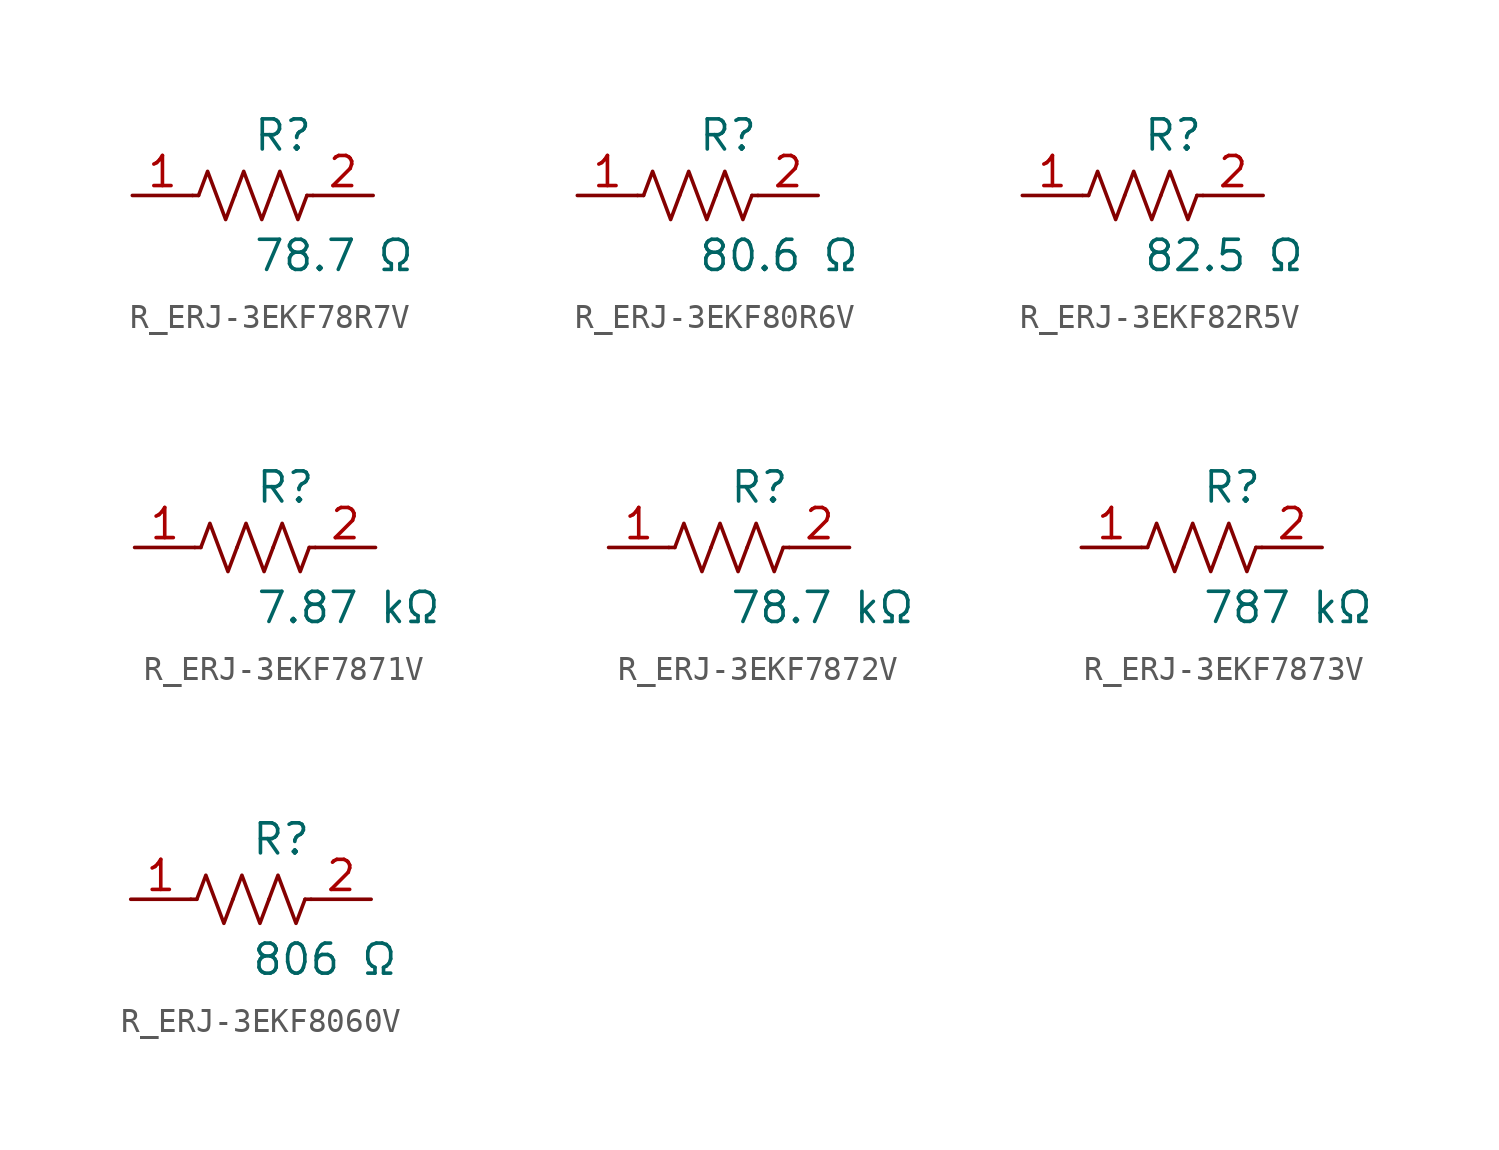
<source format=kicad_sym>
(kicad_symbol_lib
  (version 20231120)
  (generator "kicad_symbol_editor")
  (generator_version "8.0")
  (symbol "R_ERJ-3EKF78R7V"
    (pin_names
      (offset 0.254))
    (property "Reference" "R"
      (at 0 2.54 0)
      (effects (font (size 1.27 1.27)) (justify left)))
    (property "Value" "78.7 Ω"
      (at 0 -2.54 0)
      (effects (font (size 1.27 1.27)) (justify left)))
    (symbol "R_ERJ-3EKF78R7V_0_1"
      (polyline (pts (xy 2.286 0) (xy 2.54 0)) (stroke (width 0) (type default)) (fill (type none)))
      (polyline (pts (xy -2.286 0) (xy -2.54 0)) (stroke (width 0) (type default)) (fill (type none)))
      (polyline (pts (xy 0.762 0) (xy 1.143 1.016) (xy 1.524 0) (xy 1.905 -1.016) (xy 2.286 0)) (stroke (width 0) (type default)) (fill (type none)))
      (polyline (pts (xy -0.762 0) (xy -0.381 1.016) (xy 0 0) (xy 0.381 -1.016) (xy 0.762 0)) (stroke (width 0) (type default)) (fill (type none)))
      (polyline (pts (xy -2.286 0) (xy -1.905 1.016) (xy -1.524 0) (xy -1.143 -1.016) (xy -0.762 0)) (stroke (width 0) (type default)) (fill (type none))))
    (pin unspecified line
      (at -5.08 0 0)
      (length 2.54)
      (name "" (effects (font (size 1.27 1.27))))
      (number "1" (effects (font (size 1.27 1.27)))))
    (pin unspecified line
      (at 5.08 0 180)
      (length 2.54)
      (name "" (effects (font (size 1.27 1.27))))
      (number "2" (effects (font (size 1.27 1.27))))))
  (symbol "R_ERJ-3EKF80R6V"
    (pin_names
      (offset 0.254))
    (property "Reference" "R"
      (at 0 2.54 0)
      (effects (font (size 1.27 1.27)) (justify left)))
    (property "Value" "80.6 Ω"
      (at 0 -2.54 0)
      (effects (font (size 1.27 1.27)) (justify left)))
    (symbol "R_ERJ-3EKF80R6V_0_1"
      (polyline (pts (xy 2.286 0) (xy 2.54 0)) (stroke (width 0) (type default)) (fill (type none)))
      (polyline (pts (xy -2.286 0) (xy -2.54 0)) (stroke (width 0) (type default)) (fill (type none)))
      (polyline (pts (xy 0.762 0) (xy 1.143 1.016) (xy 1.524 0) (xy 1.905 -1.016) (xy 2.286 0)) (stroke (width 0) (type default)) (fill (type none)))
      (polyline (pts (xy -0.762 0) (xy -0.381 1.016) (xy 0 0) (xy 0.381 -1.016) (xy 0.762 0)) (stroke (width 0) (type default)) (fill (type none)))
      (polyline (pts (xy -2.286 0) (xy -1.905 1.016) (xy -1.524 0) (xy -1.143 -1.016) (xy -0.762 0)) (stroke (width 0) (type default)) (fill (type none))))
    (pin unspecified line
      (at -5.08 0 0)
      (length 2.54)
      (name "" (effects (font (size 1.27 1.27))))
      (number "1" (effects (font (size 1.27 1.27)))))
    (pin unspecified line
      (at 5.08 0 180)
      (length 2.54)
      (name "" (effects (font (size 1.27 1.27))))
      (number "2" (effects (font (size 1.27 1.27))))))
  (symbol "R_ERJ-3EKF82R5V"
    (pin_names
      (offset 0.254))
    (property "Reference" "R"
      (at 0 2.54 0)
      (effects (font (size 1.27 1.27)) (justify left)))
    (property "Value" "82.5 Ω"
      (at 0 -2.54 0)
      (effects (font (size 1.27 1.27)) (justify left)))
    (symbol "R_ERJ-3EKF82R5V_0_1"
      (polyline (pts (xy 2.286 0) (xy 2.54 0)) (stroke (width 0) (type default)) (fill (type none)))
      (polyline (pts (xy -2.286 0) (xy -2.54 0)) (stroke (width 0) (type default)) (fill (type none)))
      (polyline (pts (xy 0.762 0) (xy 1.143 1.016) (xy 1.524 0) (xy 1.905 -1.016) (xy 2.286 0)) (stroke (width 0) (type default)) (fill (type none)))
      (polyline (pts (xy -0.762 0) (xy -0.381 1.016) (xy 0 0) (xy 0.381 -1.016) (xy 0.762 0)) (stroke (width 0) (type default)) (fill (type none)))
      (polyline (pts (xy -2.286 0) (xy -1.905 1.016) (xy -1.524 0) (xy -1.143 -1.016) (xy -0.762 0)) (stroke (width 0) (type default)) (fill (type none))))
    (pin unspecified line
      (at -5.08 0 0)
      (length 2.54)
      (name "" (effects (font (size 1.27 1.27))))
      (number "1" (effects (font (size 1.27 1.27)))))
    (pin unspecified line
      (at 5.08 0 180)
      (length 2.54)
      (name "" (effects (font (size 1.27 1.27))))
      (number "2" (effects (font (size 1.27 1.27))))))
  (symbol "R_ERJ-3EKF7871V"
    (pin_names
      (offset 0.254))
    (property "Reference" "R"
      (at 0 2.54 0)
      (effects (font (size 1.27 1.27)) (justify left)))
    (property "Value" "7.87 kΩ"
      (at 0 -2.54 0)
      (effects (font (size 1.27 1.27)) (justify left)))
    (symbol "R_ERJ-3EKF7871V_0_1"
      (polyline (pts (xy 2.286 0) (xy 2.54 0)) (stroke (width 0) (type default)) (fill (type none)))
      (polyline (pts (xy -2.286 0) (xy -2.54 0)) (stroke (width 0) (type default)) (fill (type none)))
      (polyline (pts (xy 0.762 0) (xy 1.143 1.016) (xy 1.524 0) (xy 1.905 -1.016) (xy 2.286 0)) (stroke (width 0) (type default)) (fill (type none)))
      (polyline (pts (xy -0.762 0) (xy -0.381 1.016) (xy 0 0) (xy 0.381 -1.016) (xy 0.762 0)) (stroke (width 0) (type default)) (fill (type none)))
      (polyline (pts (xy -2.286 0) (xy -1.905 1.016) (xy -1.524 0) (xy -1.143 -1.016) (xy -0.762 0)) (stroke (width 0) (type default)) (fill (type none))))
    (pin unspecified line
      (at -5.08 0 0)
      (length 2.54)
      (name "" (effects (font (size 1.27 1.27))))
      (number "1" (effects (font (size 1.27 1.27)))))
    (pin unspecified line
      (at 5.08 0 180)
      (length 2.54)
      (name "" (effects (font (size 1.27 1.27))))
      (number "2" (effects (font (size 1.27 1.27))))))
  (symbol "R_ERJ-3EKF7872V"
    (pin_names
      (offset 0.254))
    (property "Reference" "R"
      (at 0 2.54 0)
      (effects (font (size 1.27 1.27)) (justify left)))
    (property "Value" "78.7 kΩ"
      (at 0 -2.54 0)
      (effects (font (size 1.27 1.27)) (justify left)))
    (symbol "R_ERJ-3EKF7872V_0_1"
      (polyline (pts (xy 2.286 0) (xy 2.54 0)) (stroke (width 0) (type default)) (fill (type none)))
      (polyline (pts (xy -2.286 0) (xy -2.54 0)) (stroke (width 0) (type default)) (fill (type none)))
      (polyline (pts (xy 0.762 0) (xy 1.143 1.016) (xy 1.524 0) (xy 1.905 -1.016) (xy 2.286 0)) (stroke (width 0) (type default)) (fill (type none)))
      (polyline (pts (xy -0.762 0) (xy -0.381 1.016) (xy 0 0) (xy 0.381 -1.016) (xy 0.762 0)) (stroke (width 0) (type default)) (fill (type none)))
      (polyline (pts (xy -2.286 0) (xy -1.905 1.016) (xy -1.524 0) (xy -1.143 -1.016) (xy -0.762 0)) (stroke (width 0) (type default)) (fill (type none))))
    (pin unspecified line
      (at -5.08 0 0)
      (length 2.54)
      (name "" (effects (font (size 1.27 1.27))))
      (number "1" (effects (font (size 1.27 1.27)))))
    (pin unspecified line
      (at 5.08 0 180)
      (length 2.54)
      (name "" (effects (font (size 1.27 1.27))))
      (number "2" (effects (font (size 1.27 1.27))))))
  (symbol "R_ERJ-3EKF7873V"
    (pin_names
      (offset 0.254))
    (property "Reference" "R"
      (at 0 2.54 0)
      (effects (font (size 1.27 1.27)) (justify left)))
    (property "Value" "787 kΩ"
      (at 0 -2.54 0)
      (effects (font (size 1.27 1.27)) (justify left)))
    (symbol "R_ERJ-3EKF7873V_0_1"
      (polyline (pts (xy 2.286 0) (xy 2.54 0)) (stroke (width 0) (type default)) (fill (type none)))
      (polyline (pts (xy -2.286 0) (xy -2.54 0)) (stroke (width 0) (type default)) (fill (type none)))
      (polyline (pts (xy 0.762 0) (xy 1.143 1.016) (xy 1.524 0) (xy 1.905 -1.016) (xy 2.286 0)) (stroke (width 0) (type default)) (fill (type none)))
      (polyline (pts (xy -0.762 0) (xy -0.381 1.016) (xy 0 0) (xy 0.381 -1.016) (xy 0.762 0)) (stroke (width 0) (type default)) (fill (type none)))
      (polyline (pts (xy -2.286 0) (xy -1.905 1.016) (xy -1.524 0) (xy -1.143 -1.016) (xy -0.762 0)) (stroke (width 0) (type default)) (fill (type none))))
    (pin unspecified line
      (at -5.08 0 0)
      (length 2.54)
      (name "" (effects (font (size 1.27 1.27))))
      (number "1" (effects (font (size 1.27 1.27)))))
    (pin unspecified line
      (at 5.08 0 180)
      (length 2.54)
      (name "" (effects (font (size 1.27 1.27))))
      (number "2" (effects (font (size 1.27 1.27))))))
  (symbol "R_ERJ-3EKF8060V"
    (pin_names
      (offset 0.254))
    (property "Reference" "R"
      (at 0 2.54 0)
      (effects (font (size 1.27 1.27)) (justify left)))
    (property "Value" "806 Ω"
      (at 0 -2.54 0)
      (effects (font (size 1.27 1.27)) (justify left)))
    (symbol "R_ERJ-3EKF8060V_0_1"
      (polyline (pts (xy 2.286 0) (xy 2.54 0)) (stroke (width 0) (type default)) (fill (type none)))
      (polyline (pts (xy -2.286 0) (xy -2.54 0)) (stroke (width 0) (type default)) (fill (type none)))
      (polyline (pts (xy 0.762 0) (xy 1.143 1.016) (xy 1.524 0) (xy 1.905 -1.016) (xy 2.286 0)) (stroke (width 0) (type default)) (fill (type none)))
      (polyline (pts (xy -0.762 0) (xy -0.381 1.016) (xy 0 0) (xy 0.381 -1.016) (xy 0.762 0)) (stroke (width 0) (type default)) (fill (type none)))
      (polyline (pts (xy -2.286 0) (xy -1.905 1.016) (xy -1.524 0) (xy -1.143 -1.016) (xy -0.762 0)) (stroke (width 0) (type default)) (fill (type none))))
    (pin unspecified line
      (at -5.08 0 0)
      (length 2.54)
      (name "" (effects (font (size 1.27 1.27))))
      (number "1" (effects (font (size 1.27 1.27)))))
    (pin unspecified line
      (at 5.08 0 180)
      (length 2.54)
      (name "" (effects (font (size 1.27 1.27))))
      (number "2" (effects (font (size 1.27 1.27)))))))
</source>
